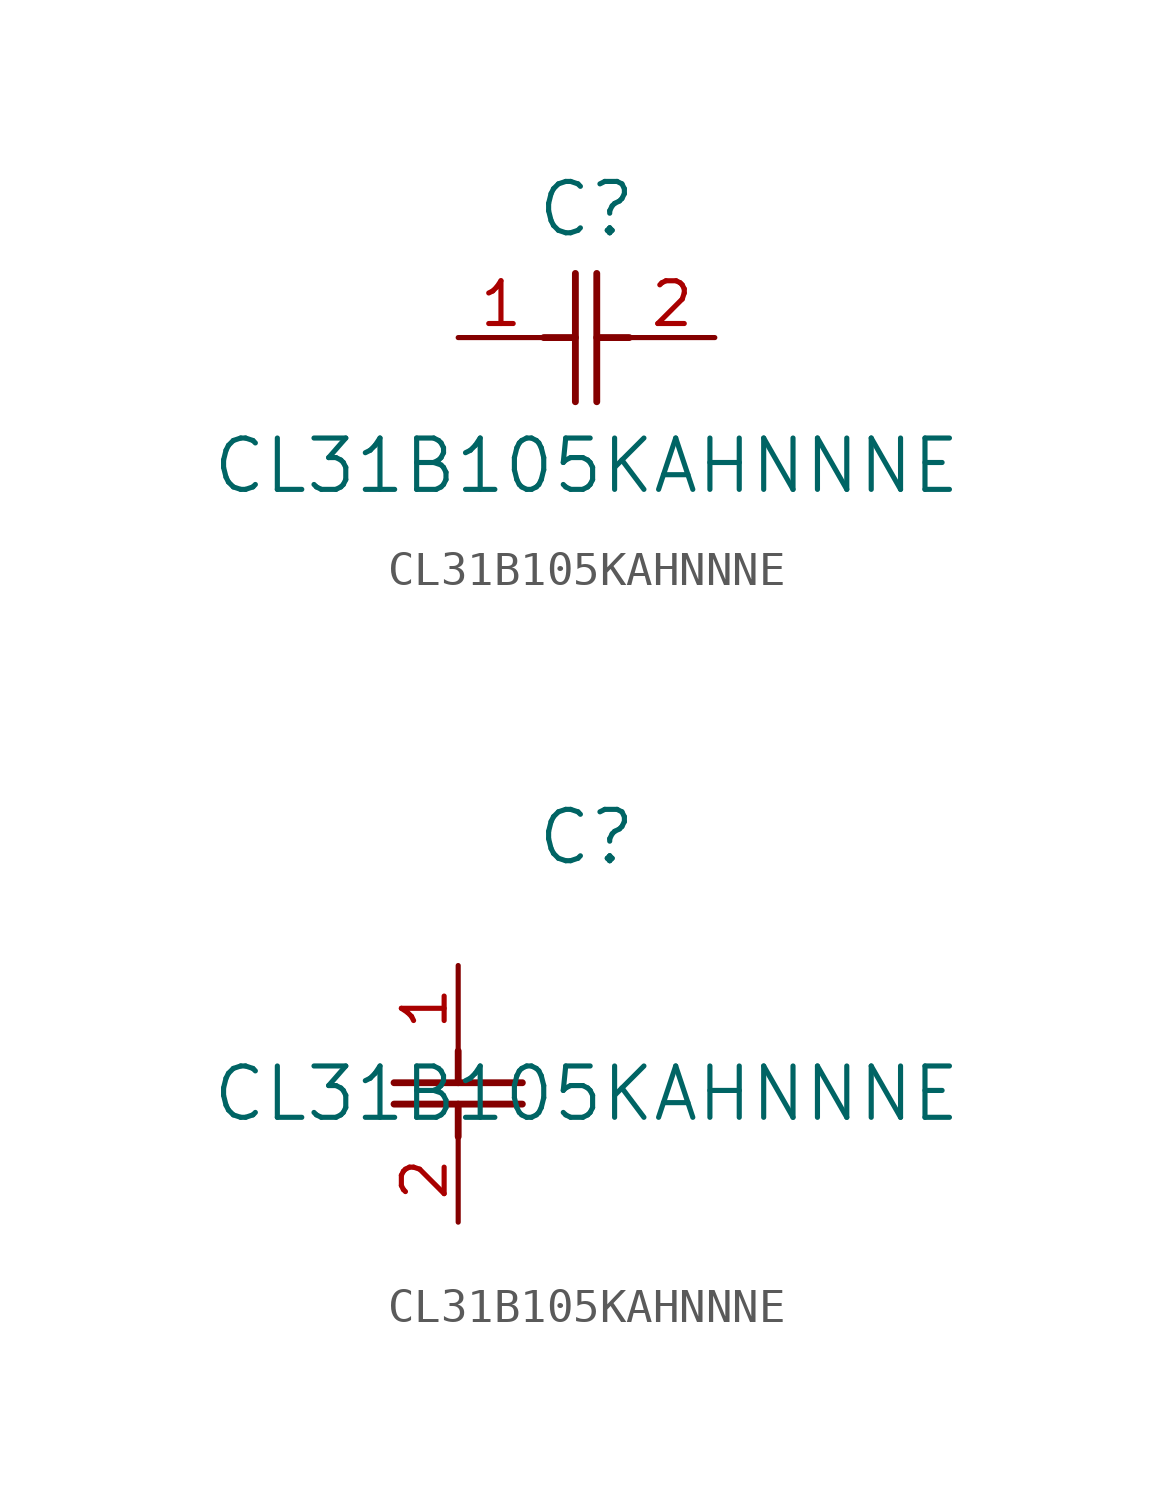
<source format=kicad_sym>
(kicad_symbol_lib
  (version 20211014)
  (generator kicad_symbol_editor)
  (symbol "CL31B105KAHNNNE"
    (pin_names
      (offset 0.254))
    (property "Reference" "C"
      (at 3.81 3.81 0)
      (effects (font (size 1.524 1.524))))
    (property "Value" "CL31B105KAHNNNE"
      (at 3.81 -3.81 0)
      (effects (font (size 1.524 1.524))))
    (symbol "CL31B105KAHNNNE_1_1"
      (polyline (pts (xy 3.48 -1.905) (xy 3.48 1.905)) (stroke (width 0.203) (type default) (color 0 0 0 0)) (fill (type none)))
      (polyline (pts (xy 4.115 -1.905) (xy 4.115 1.905)) (stroke (width 0.203) (type default) (color 0 0 0 0)) (fill (type none)))
      (polyline (pts (xy 4.115 0) (xy 5.08 0)) (stroke (width 0.203) (type default) (color 0 0 0 0)) (fill (type none)))
      (polyline (pts (xy 2.54 0) (xy 3.48 0)) (stroke (width 0.203) (type default) (color 0 0 0 0)) (fill (type none)))
      (pin unspecified line (at 0 0 0) (length 2.54) (name "" (effects (font (size 1.27 1.27)))) (number "1" (effects (font (size 1.27 1.27)))))
      (pin unspecified line (at 7.62 0 180) (length 2.54) (name "" (effects (font (size 1.27 1.27)))) (number "2" (effects (font (size 1.27 1.27))))))
    (symbol "CL31B105KAHNNNE_1_2"
      (polyline (pts (xy -1.905 -3.48) (xy 1.905 -3.48)) (stroke (width 0.203) (type default) (color 0 0 0 0)) (fill (type none)))
      (polyline (pts (xy -1.905 -4.115) (xy 1.905 -4.115)) (stroke (width 0.203) (type default) (color 0 0 0 0)) (fill (type none)))
      (polyline (pts (xy 0 -4.115) (xy 0 -5.08)) (stroke (width 0.203) (type default) (color 0 0 0 0)) (fill (type none)))
      (polyline (pts (xy 0 -2.54) (xy 0 -3.48)) (stroke (width 0.203) (type default) (color 0 0 0 0)) (fill (type none)))
      (pin unspecified line (at 0 0 270) (length 2.54) (name "" (effects (font (size 1.27 1.27)))) (number "1" (effects (font (size 1.27 1.27)))))
      (pin unspecified line (at 0 -7.62 90) (length 2.54) (name "" (effects (font (size 1.27 1.27)))) (number "2" (effects (font (size 1.27 1.27))))))))
</source>
